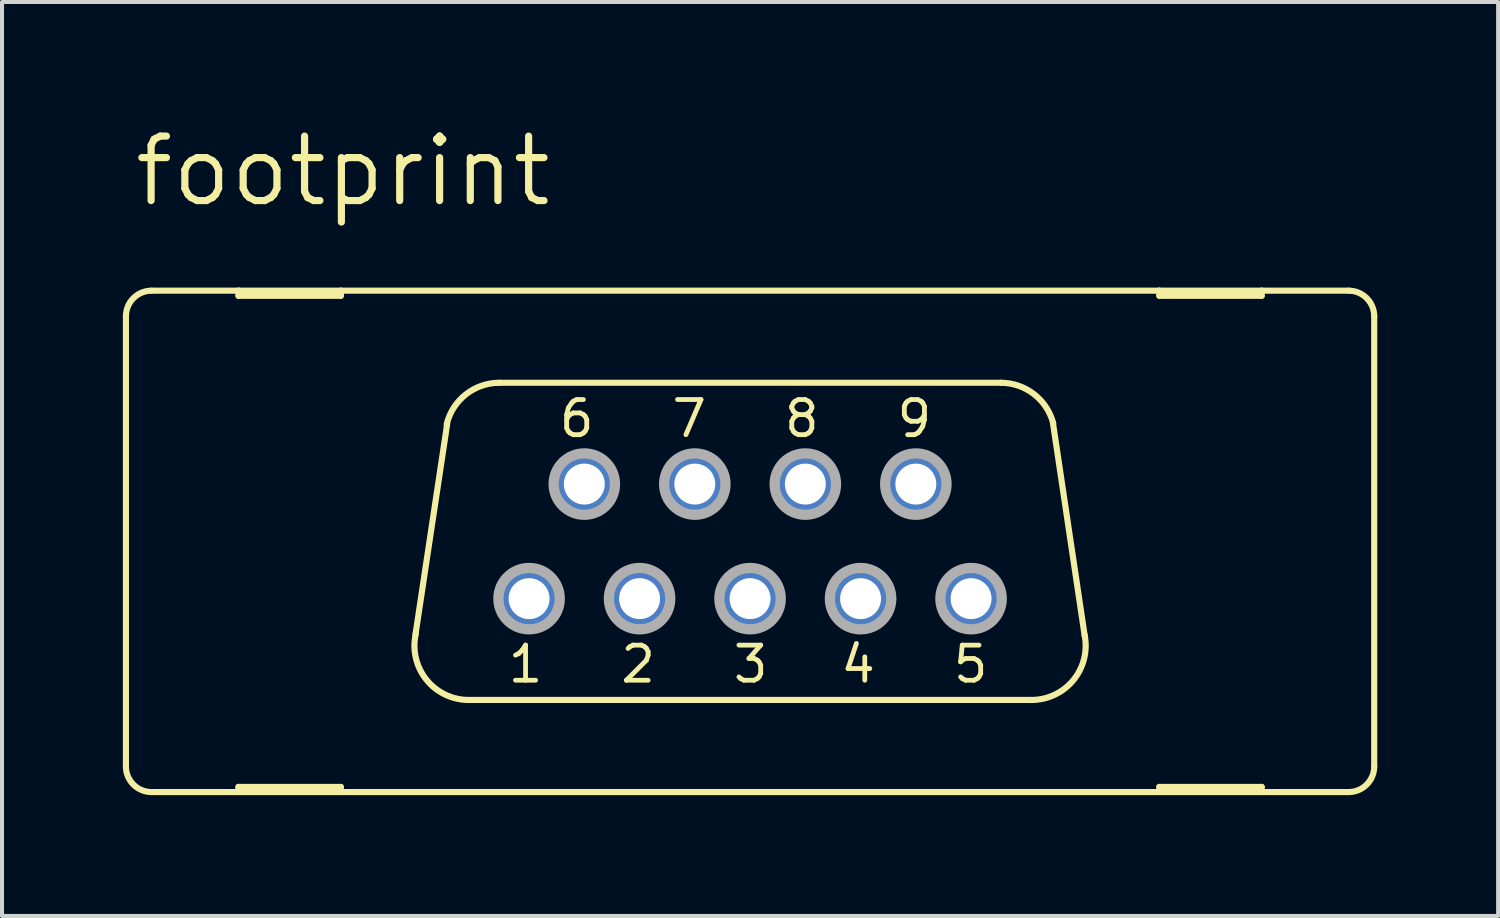
<source format=kicad_pcb>
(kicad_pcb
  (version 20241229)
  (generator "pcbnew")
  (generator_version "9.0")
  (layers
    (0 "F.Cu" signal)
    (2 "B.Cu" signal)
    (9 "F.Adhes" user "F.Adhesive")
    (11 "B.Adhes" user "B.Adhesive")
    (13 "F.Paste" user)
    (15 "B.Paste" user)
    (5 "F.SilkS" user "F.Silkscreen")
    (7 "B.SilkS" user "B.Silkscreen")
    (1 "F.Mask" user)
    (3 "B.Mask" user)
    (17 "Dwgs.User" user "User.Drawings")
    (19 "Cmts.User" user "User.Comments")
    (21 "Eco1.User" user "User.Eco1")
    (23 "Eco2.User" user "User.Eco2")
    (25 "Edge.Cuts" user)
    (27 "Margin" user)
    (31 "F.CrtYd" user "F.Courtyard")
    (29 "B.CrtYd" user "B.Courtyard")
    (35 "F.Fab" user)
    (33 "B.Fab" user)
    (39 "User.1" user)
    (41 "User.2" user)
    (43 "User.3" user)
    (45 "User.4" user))
  (footprint "footprint"
    (layer "F.Cu")
    (at 15.57 10.389)
    (property "Reference" "footprint" (at -15.367 -8.255 0) (layer "F.SilkS") (effects (font (size 1.6 1.6) (thickness 0.178)) (justify left bottom)))
    (fp_line (start -15.494 5.588) (end -15.494 -5.588) (stroke (width 0.152) (type solid)) (layer "F.SilkS"))
    (fp_line (start -14.859 6.223) (end -12.7 6.223) (stroke (width 0.152) (type solid)) (layer "F.SilkS"))
    (fp_line (start -12.7 -6.223) (end -14.859 -6.223) (stroke (width 0.152) (type solid)) (layer "F.SilkS"))
    (fp_line (start -12.7 -6.096) (end -12.7 -6.223) (stroke (width 0.152) (type solid)) (layer "F.SilkS"))
    (fp_line (start -12.7 6.096) (end -12.7 6.223) (stroke (width 0.152) (type solid)) (layer "F.SilkS"))
    (fp_line (start -12.7 6.223) (end -10.16 6.223) (stroke (width 0.152) (type solid)) (layer "F.SilkS"))
    (fp_line (start -10.16 -6.223) (end -12.7 -6.223) (stroke (width 0.152) (type solid)) (layer "F.SilkS"))
    (fp_line (start -10.16 -6.223) (end -10.16 -6.096) (stroke (width 0.152) (type solid)) (layer "F.SilkS"))
    (fp_line (start -10.16 -6.096) (end -12.7 -6.096) (stroke (width 0.152) (type solid)) (layer "F.SilkS"))
    (fp_line (start -10.16 6.096) (end -12.7 6.096) (stroke (width 0.152) (type solid)) (layer "F.SilkS"))
    (fp_line (start -10.16 6.223) (end -10.16 6.096) (stroke (width 0.152) (type solid)) (layer "F.SilkS"))
    (fp_line (start -10.16 6.223) (end 10.16 6.223) (stroke (width 0.152) (type solid)) (layer "F.SilkS"))
    (fp_line (start -8.306 2.311) (end -7.518 -2.921) (stroke (width 0.152) (type solid)) (layer "F.SilkS"))
    (fp_line (start 6.223 -3.937) (end -6.223 -3.937) (stroke (width 0.152) (type solid)) (layer "F.SilkS"))
    (fp_line (start 6.985 3.937) (end -6.985 3.937) (stroke (width 0.152) (type solid)) (layer "F.SilkS"))
    (fp_line (start 7.518 -2.946) (end 8.306 2.337) (stroke (width 0.152) (type solid)) (layer "F.SilkS"))
    (fp_line (start 10.16 -6.223) (end -10.16 -6.223) (stroke (width 0.152) (type solid)) (layer "F.SilkS"))
    (fp_line (start 10.16 -6.096) (end 10.16 -6.223) (stroke (width 0.152) (type solid)) (layer "F.SilkS"))
    (fp_line (start 10.16 6.096) (end 10.16 6.223) (stroke (width 0.152) (type solid)) (layer "F.SilkS"))
    (fp_line (start 10.16 6.223) (end 12.7 6.223) (stroke (width 0.152) (type solid)) (layer "F.SilkS"))
    (fp_line (start 12.7 -6.223) (end 10.16 -6.223) (stroke (width 0.152) (type solid)) (layer "F.SilkS"))
    (fp_line (start 12.7 -6.223) (end 12.7 -6.096) (stroke (width 0.152) (type solid)) (layer "F.SilkS"))
    (fp_line (start 12.7 -6.096) (end 10.16 -6.096) (stroke (width 0.152) (type solid)) (layer "F.SilkS"))
    (fp_line (start 12.7 6.096) (end 10.16 6.096) (stroke (width 0.152) (type solid)) (layer "F.SilkS"))
    (fp_line (start 12.7 6.223) (end 12.7 6.096) (stroke (width 0.152) (type solid)) (layer "F.SilkS"))
    (fp_line (start 12.7 6.223) (end 14.859 6.223) (stroke (width 0.152) (type solid)) (layer "F.SilkS"))
    (fp_line (start 14.859 -6.223) (end 12.7 -6.223) (stroke (width 0.152) (type solid)) (layer "F.SilkS"))
    (fp_line (start 15.494 5.588) (end 15.494 -5.588) (stroke (width 0.152) (type solid)) (layer "F.SilkS"))
    (fp_arc (start -15.494 -5.588) (mid -15.308013 -6.037013) (end -14.859 -6.223) (stroke (width 0.1524) (type solid)) (layer "F.SilkS"))
    (fp_arc (start -14.859 6.223) (mid -15.308013 6.037013) (end -15.494 5.588) (stroke (width 0.1524) (type solid)) (layer "F.SilkS"))
    (fp_arc (start -7.5317 -2.905) (mid -7.056255 -3.647874) (end -6.222999 -3.936999) (stroke (width 0.1524) (type solid)) (layer "F.SilkS"))
    (fp_arc (start -6.984998 3.937) (mid -8.033555 3.435185) (end -8.3005 2.3038) (stroke (width 0.1524) (type solid)) (layer "F.SilkS"))
    (fp_arc (start 6.223 -3.937) (mid 7.0465 -3.655745) (end 7.5259 -2.9295) (stroke (width 0.1524) (type solid)) (layer "F.SilkS"))
    (fp_arc (start 8.3051 2.3268) (mid 8.026082 3.444284) (end 6.985 3.937) (stroke (width 0.1524) (type solid)) (layer "F.SilkS"))
    (fp_arc (start 14.859 -6.223) (mid 15.308013 -6.037013) (end 15.494 -5.588) (stroke (width 0.1524) (type solid)) (layer "F.SilkS"))
    (fp_arc (start 15.494 5.588) (mid 15.308013 6.037013) (end 14.859 6.223) (stroke (width 0.1524) (type solid)) (layer "F.SilkS"))
    (fp_circle (center -5.486 1.422) (end -4.724 1.422) (stroke (width 0.254) (type solid)) (fill no) (layer "F.Fab"))
    (fp_circle (center -4.115 -1.422) (end -3.353 -1.422) (stroke (width 0.254) (type solid)) (fill no) (layer "F.Fab"))
    (fp_circle (center -2.743 1.422) (end -1.981 1.422) (stroke (width 0.254) (type solid)) (fill no) (layer "F.Fab"))
    (fp_circle (center -1.372 -1.422) (end -0.61 -1.422) (stroke (width 0.254) (type solid)) (fill no) (layer "F.Fab"))
    (fp_circle (center 0 1.422) (end 0.762 1.422) (stroke (width 0.254) (type solid)) (fill no) (layer "F.Fab"))
    (fp_circle (center 1.372 -1.422) (end 2.134 -1.422) (stroke (width 0.254) (type solid)) (fill no) (layer "F.Fab"))
    (fp_circle (center 2.743 1.422) (end 3.505 1.422) (stroke (width 0.254) (type solid)) (fill no) (layer "F.Fab"))
    (fp_circle (center 4.115 -1.422) (end 4.877 -1.422) (stroke (width 0.254) (type solid)) (fill no) (layer "F.Fab"))
    (fp_circle (center 5.486 1.422) (end 6.248 1.422) (stroke (width 0.254) (type solid)) (fill no) (layer "F.Fab"))
    (fp_text user "5" (at 5.969 2.54 0) (layer "F.SilkS") (effects (font (size 0.872 0.872) (thickness 0.119)) (justify right top)))
    (fp_text user "6" (at -3.81 -3.556 0) (layer "F.SilkS") (effects (font (size 0.872 0.872) (thickness 0.119)) (justify right top)))
    (fp_text user "7" (at -1.016 -3.556 0) (layer "F.SilkS") (effects (font (size 0.872 0.872) (thickness 0.119)) (justify right top)))
    (fp_text user "3" (at 0.508 2.54 0) (layer "F.SilkS") (effects (font (size 0.872 0.872) (thickness 0.119)) (justify right top)))
    (fp_text user "2" (at -2.286 2.54 0) (layer "F.SilkS") (effects (font (size 0.872 0.872) (thickness 0.119)) (justify right top)))
    (fp_text user "8" (at 1.778 -3.556 0) (layer "F.SilkS") (effects (font (size 0.872 0.872) (thickness 0.119)) (justify right top)))
    (fp_text user "4" (at 3.175 2.54 0) (layer "F.SilkS") (effects (font (size 0.872 0.872) (thickness 0.119)) (justify right top)))
    (fp_text user "1" (at -5.08 2.54 0) (layer "F.SilkS") (effects (font (size 0.872 0.872) (thickness 0.119)) (justify right top)))
    (fp_text user "9" (at 4.572 -3.556 0) (layer "F.SilkS") (effects (font (size 0.872 0.872) (thickness 0.119)) (justify right top)))
    (pad "1" thru_hole roundrect (at -5.486 1.422) (size 1.524 1.524) (drill 1.016) (layers "*.Cu" "*.Mask") (roundrect_rratio 0.25) (chamfer_ratio 0.25) (chamfer top_left top_right bottom_left bottom_right))
    (pad "2" thru_hole roundrect (at -2.743 1.422) (size 1.524 1.524) (drill 1.016) (layers "*.Cu" "*.Mask") (roundrect_rratio 0.25) (chamfer_ratio 0.25) (chamfer top_left top_right bottom_left bottom_right))
    (pad "3" thru_hole roundrect (at 0 1.422) (size 1.524 1.524) (drill 1.016) (layers "*.Cu" "*.Mask") (roundrect_rratio 0.25) (chamfer_ratio 0.25) (chamfer top_left top_right bottom_left bottom_right))
    (pad "4" thru_hole roundrect (at 2.743 1.422) (size 1.524 1.524) (drill 1.016) (layers "*.Cu" "*.Mask") (roundrect_rratio 0.25) (chamfer_ratio 0.25) (chamfer top_left top_right bottom_left bottom_right))
    (pad "5" thru_hole roundrect (at 5.486 1.422) (size 1.524 1.524) (drill 1.016) (layers "*.Cu" "*.Mask") (roundrect_rratio 0.25) (chamfer_ratio 0.25) (chamfer top_left top_right bottom_left bottom_right))
    (pad "6" thru_hole roundrect (at -4.115 -1.422) (size 1.524 1.524) (drill 1.016) (layers "*.Cu" "*.Mask") (roundrect_rratio 0.25) (chamfer_ratio 0.25) (chamfer top_left top_right bottom_left bottom_right))
    (pad "7" thru_hole roundrect (at -1.372 -1.422) (size 1.524 1.524) (drill 1.016) (layers "*.Cu" "*.Mask") (roundrect_rratio 0.25) (chamfer_ratio 0.25) (chamfer top_left top_right bottom_left bottom_right))
    (pad "8" thru_hole roundrect (at 1.372 -1.422) (size 1.524 1.524) (drill 1.016) (layers "*.Cu" "*.Mask") (roundrect_rratio 0.25) (chamfer_ratio 0.25) (chamfer top_left top_right bottom_left bottom_right))
    (pad "9" thru_hole roundrect (at 4.115 -1.422) (size 1.524 1.524) (drill 1.016) (layers "*.Cu" "*.Mask") (roundrect_rratio 0.25) (chamfer_ratio 0.25) (chamfer top_left top_right bottom_left bottom_right)))
  (gr_rect
    (start -3 -3)
    (end 34.14 19.688)
    (stroke (width 0.1) (type default))
    (fill no)
    (layer "Edge.Cuts")))
</source>
